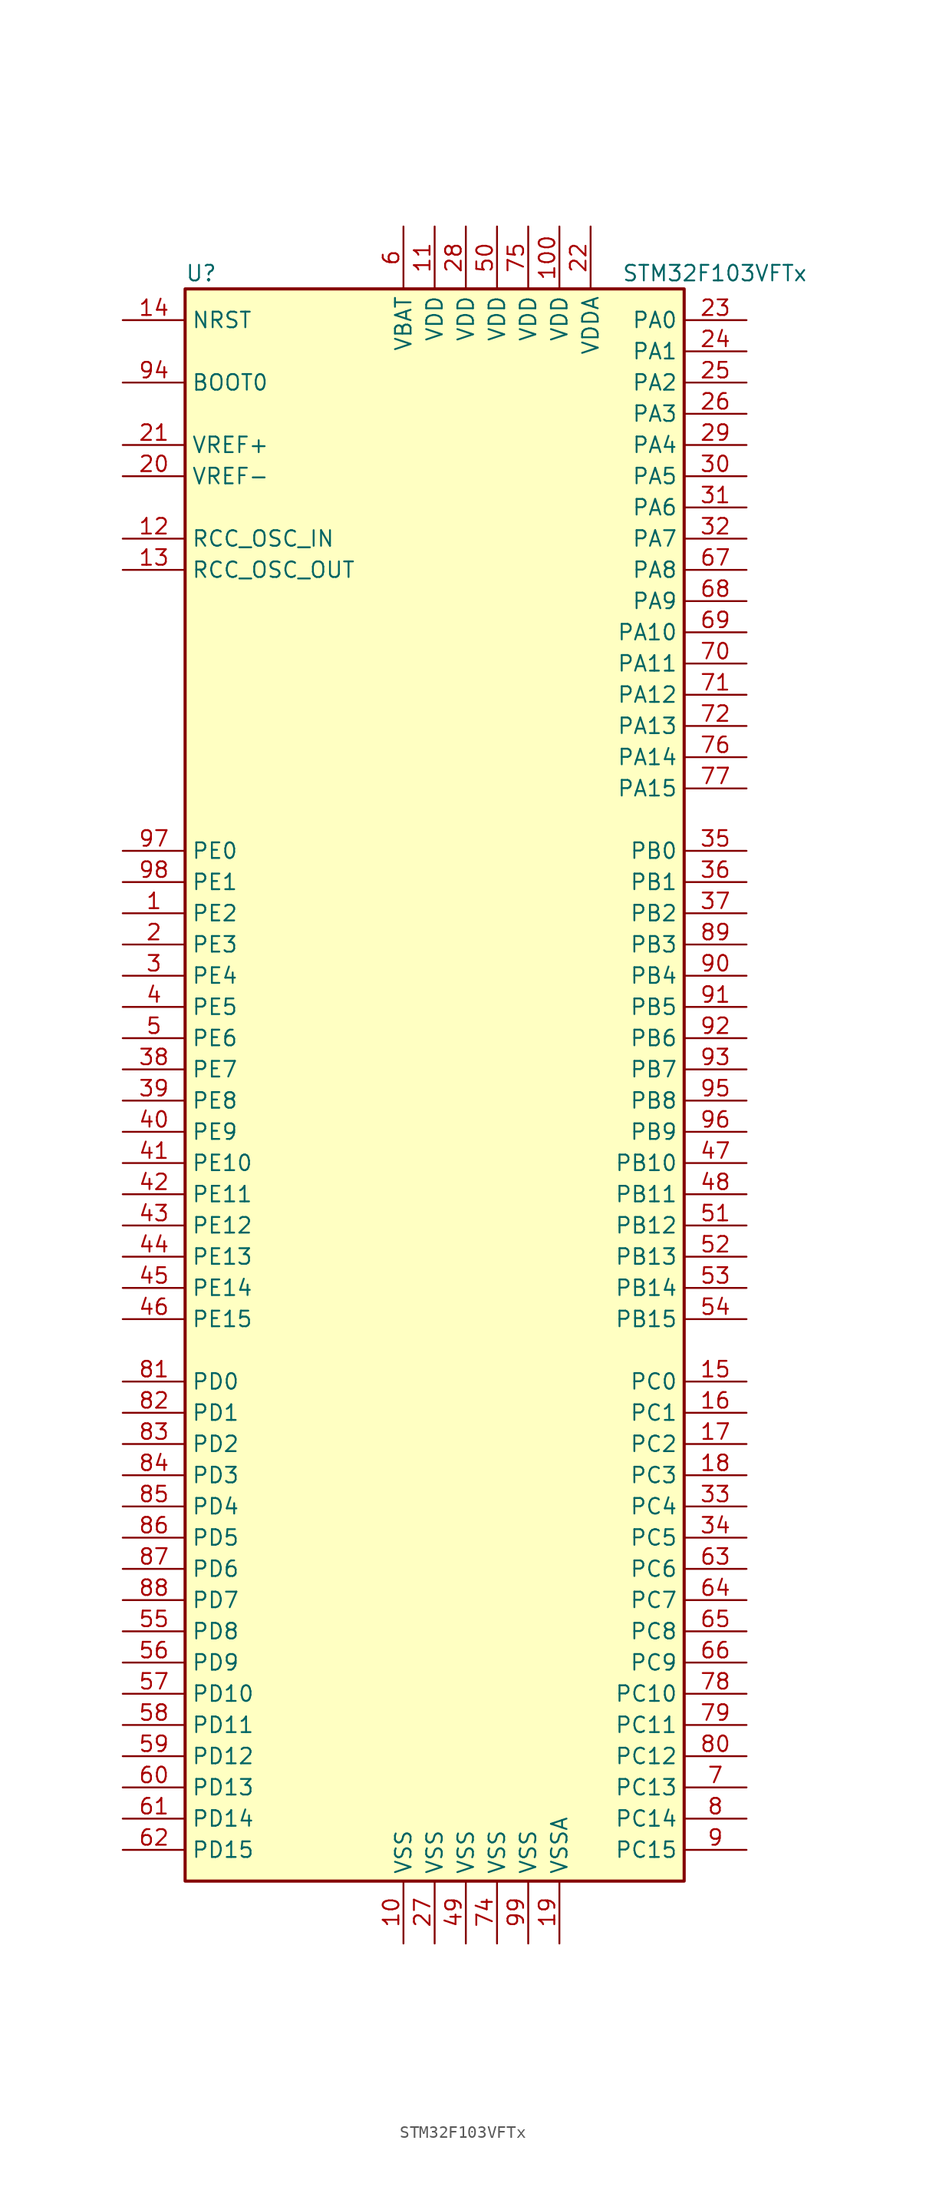
<source format=kicad_sym>
(kicad_symbol_lib
  (version 20211014)
  (generator kicad_symbol_editor)
  (symbol "STM32F103VFTx"
    (property "Reference" "U"
      (at -20.32 64.77 0)
      (effects (font (size 1.27 1.27)) (justify left)))
    (property "Value" "STM32F103VFTx"
      (at 15.24 64.77 0)
      (effects (font (size 1.27 1.27)) (justify left)))
    (symbol "STM32F103VFTx_0_1"
      (rectangle (start -20.32 -66.04) (end 20.32 63.5) (stroke (width 0.254) (type default) (color 0 0 0 0)) (fill (type background))))
    (symbol "STM32F103VFTx_1_1"
      (pin bidirectional line (at -25.4 12.7 0) (length 5.08) (name "PE2" (effects (font (size 1.27 1.27)))) (number "1" (effects (font (size 1.27 1.27)))))
      (pin power_in line (at -2.54 -71.12 90) (length 5.08) (name "VSS" (effects (font (size 1.27 1.27)))) (number "10" (effects (font (size 1.27 1.27)))))
      (pin power_in line (at 10.16 68.58 270) (length 5.08) (name "VDD" (effects (font (size 1.27 1.27)))) (number "100" (effects (font (size 1.27 1.27)))))
      (pin power_in line (at 0 68.58 270) (length 5.08) (name "VDD" (effects (font (size 1.27 1.27)))) (number "11" (effects (font (size 1.27 1.27)))))
      (pin input line (at -25.4 43.18 0) (length 5.08) (name "RCC_OSC_IN" (effects (font (size 1.27 1.27)))) (number "12" (effects (font (size 1.27 1.27)))))
      (pin input line (at -25.4 40.64 0) (length 5.08) (name "RCC_OSC_OUT" (effects (font (size 1.27 1.27)))) (number "13" (effects (font (size 1.27 1.27)))))
      (pin input line (at -25.4 60.96 0) (length 5.08) (name "NRST" (effects (font (size 1.27 1.27)))) (number "14" (effects (font (size 1.27 1.27)))))
      (pin bidirectional line (at 25.4 -25.4 180) (length 5.08) (name "PC0" (effects (font (size 1.27 1.27)))) (number "15" (effects (font (size 1.27 1.27)))))
      (pin bidirectional line (at 25.4 -27.94 180) (length 5.08) (name "PC1" (effects (font (size 1.27 1.27)))) (number "16" (effects (font (size 1.27 1.27)))))
      (pin bidirectional line (at 25.4 -30.48 180) (length 5.08) (name "PC2" (effects (font (size 1.27 1.27)))) (number "17" (effects (font (size 1.27 1.27)))))
      (pin bidirectional line (at 25.4 -33.02 180) (length 5.08) (name "PC3" (effects (font (size 1.27 1.27)))) (number "18" (effects (font (size 1.27 1.27)))))
      (pin power_in line (at 10.16 -71.12 90) (length 5.08) (name "VSSA" (effects (font (size 1.27 1.27)))) (number "19" (effects (font (size 1.27 1.27)))))
      (pin bidirectional line (at -25.4 10.16 0) (length 5.08) (name "PE3" (effects (font (size 1.27 1.27)))) (number "2" (effects (font (size 1.27 1.27)))))
      (pin power_in line (at -25.4 48.26 0) (length 5.08) (name "VREF-" (effects (font (size 1.27 1.27)))) (number "20" (effects (font (size 1.27 1.27)))))
      (pin power_in line (at -25.4 50.8 0) (length 5.08) (name "VREF+" (effects (font (size 1.27 1.27)))) (number "21" (effects (font (size 1.27 1.27)))))
      (pin power_in line (at 12.7 68.58 270) (length 5.08) (name "VDDA" (effects (font (size 1.27 1.27)))) (number "22" (effects (font (size 1.27 1.27)))))
      (pin bidirectional line (at 25.4 60.96 180) (length 5.08) (name "PA0" (effects (font (size 1.27 1.27)))) (number "23" (effects (font (size 1.27 1.27)))))
      (pin bidirectional line (at 25.4 58.42 180) (length 5.08) (name "PA1" (effects (font (size 1.27 1.27)))) (number "24" (effects (font (size 1.27 1.27)))))
      (pin bidirectional line (at 25.4 55.88 180) (length 5.08) (name "PA2" (effects (font (size 1.27 1.27)))) (number "25" (effects (font (size 1.27 1.27)))))
      (pin bidirectional line (at 25.4 53.34 180) (length 5.08) (name "PA3" (effects (font (size 1.27 1.27)))) (number "26" (effects (font (size 1.27 1.27)))))
      (pin power_in line (at 0 -71.12 90) (length 5.08) (name "VSS" (effects (font (size 1.27 1.27)))) (number "27" (effects (font (size 1.27 1.27)))))
      (pin power_in line (at 2.54 68.58 270) (length 5.08) (name "VDD" (effects (font (size 1.27 1.27)))) (number "28" (effects (font (size 1.27 1.27)))))
      (pin bidirectional line (at 25.4 50.8 180) (length 5.08) (name "PA4" (effects (font (size 1.27 1.27)))) (number "29" (effects (font (size 1.27 1.27)))))
      (pin bidirectional line (at -25.4 7.62 0) (length 5.08) (name "PE4" (effects (font (size 1.27 1.27)))) (number "3" (effects (font (size 1.27 1.27)))))
      (pin bidirectional line (at 25.4 48.26 180) (length 5.08) (name "PA5" (effects (font (size 1.27 1.27)))) (number "30" (effects (font (size 1.27 1.27)))))
      (pin bidirectional line (at 25.4 45.72 180) (length 5.08) (name "PA6" (effects (font (size 1.27 1.27)))) (number "31" (effects (font (size 1.27 1.27)))))
      (pin bidirectional line (at 25.4 43.18 180) (length 5.08) (name "PA7" (effects (font (size 1.27 1.27)))) (number "32" (effects (font (size 1.27 1.27)))))
      (pin bidirectional line (at 25.4 -35.56 180) (length 5.08) (name "PC4" (effects (font (size 1.27 1.27)))) (number "33" (effects (font (size 1.27 1.27)))))
      (pin bidirectional line (at 25.4 -38.1 180) (length 5.08) (name "PC5" (effects (font (size 1.27 1.27)))) (number "34" (effects (font (size 1.27 1.27)))))
      (pin bidirectional line (at 25.4 17.78 180) (length 5.08) (name "PB0" (effects (font (size 1.27 1.27)))) (number "35" (effects (font (size 1.27 1.27)))))
      (pin bidirectional line (at 25.4 15.24 180) (length 5.08) (name "PB1" (effects (font (size 1.27 1.27)))) (number "36" (effects (font (size 1.27 1.27)))))
      (pin bidirectional line (at 25.4 12.7 180) (length 5.08) (name "PB2" (effects (font (size 1.27 1.27)))) (number "37" (effects (font (size 1.27 1.27)))))
      (pin bidirectional line (at -25.4 0 0) (length 5.08) (name "PE7" (effects (font (size 1.27 1.27)))) (number "38" (effects (font (size 1.27 1.27)))))
      (pin bidirectional line (at -25.4 -2.54 0) (length 5.08) (name "PE8" (effects (font (size 1.27 1.27)))) (number "39" (effects (font (size 1.27 1.27)))))
      (pin bidirectional line (at -25.4 5.08 0) (length 5.08) (name "PE5" (effects (font (size 1.27 1.27)))) (number "4" (effects (font (size 1.27 1.27)))))
      (pin bidirectional line (at -25.4 -5.08 0) (length 5.08) (name "PE9" (effects (font (size 1.27 1.27)))) (number "40" (effects (font (size 1.27 1.27)))))
      (pin bidirectional line (at -25.4 -7.62 0) (length 5.08) (name "PE10" (effects (font (size 1.27 1.27)))) (number "41" (effects (font (size 1.27 1.27)))))
      (pin bidirectional line (at -25.4 -10.16 0) (length 5.08) (name "PE11" (effects (font (size 1.27 1.27)))) (number "42" (effects (font (size 1.27 1.27)))))
      (pin bidirectional line (at -25.4 -12.7 0) (length 5.08) (name "PE12" (effects (font (size 1.27 1.27)))) (number "43" (effects (font (size 1.27 1.27)))))
      (pin bidirectional line (at -25.4 -15.24 0) (length 5.08) (name "PE13" (effects (font (size 1.27 1.27)))) (number "44" (effects (font (size 1.27 1.27)))))
      (pin bidirectional line (at -25.4 -17.78 0) (length 5.08) (name "PE14" (effects (font (size 1.27 1.27)))) (number "45" (effects (font (size 1.27 1.27)))))
      (pin bidirectional line (at -25.4 -20.32 0) (length 5.08) (name "PE15" (effects (font (size 1.27 1.27)))) (number "46" (effects (font (size 1.27 1.27)))))
      (pin bidirectional line (at 25.4 -7.62 180) (length 5.08) (name "PB10" (effects (font (size 1.27 1.27)))) (number "47" (effects (font (size 1.27 1.27)))))
      (pin bidirectional line (at 25.4 -10.16 180) (length 5.08) (name "PB11" (effects (font (size 1.27 1.27)))) (number "48" (effects (font (size 1.27 1.27)))))
      (pin power_in line (at 2.54 -71.12 90) (length 5.08) (name "VSS" (effects (font (size 1.27 1.27)))) (number "49" (effects (font (size 1.27 1.27)))))
      (pin bidirectional line (at -25.4 2.54 0) (length 5.08) (name "PE6" (effects (font (size 1.27 1.27)))) (number "5" (effects (font (size 1.27 1.27)))))
      (pin power_in line (at 5.08 68.58 270) (length 5.08) (name "VDD" (effects (font (size 1.27 1.27)))) (number "50" (effects (font (size 1.27 1.27)))))
      (pin bidirectional line (at 25.4 -12.7 180) (length 5.08) (name "PB12" (effects (font (size 1.27 1.27)))) (number "51" (effects (font (size 1.27 1.27)))))
      (pin bidirectional line (at 25.4 -15.24 180) (length 5.08) (name "PB13" (effects (font (size 1.27 1.27)))) (number "52" (effects (font (size 1.27 1.27)))))
      (pin bidirectional line (at 25.4 -17.78 180) (length 5.08) (name "PB14" (effects (font (size 1.27 1.27)))) (number "53" (effects (font (size 1.27 1.27)))))
      (pin bidirectional line (at 25.4 -20.32 180) (length 5.08) (name "PB15" (effects (font (size 1.27 1.27)))) (number "54" (effects (font (size 1.27 1.27)))))
      (pin bidirectional line (at -25.4 -45.72 0) (length 5.08) (name "PD8" (effects (font (size 1.27 1.27)))) (number "55" (effects (font (size 1.27 1.27)))))
      (pin bidirectional line (at -25.4 -48.26 0) (length 5.08) (name "PD9" (effects (font (size 1.27 1.27)))) (number "56" (effects (font (size 1.27 1.27)))))
      (pin bidirectional line (at -25.4 -50.8 0) (length 5.08) (name "PD10" (effects (font (size 1.27 1.27)))) (number "57" (effects (font (size 1.27 1.27)))))
      (pin bidirectional line (at -25.4 -53.34 0) (length 5.08) (name "PD11" (effects (font (size 1.27 1.27)))) (number "58" (effects (font (size 1.27 1.27)))))
      (pin bidirectional line (at -25.4 -55.88 0) (length 5.08) (name "PD12" (effects (font (size 1.27 1.27)))) (number "59" (effects (font (size 1.27 1.27)))))
      (pin power_in line (at -2.54 68.58 270) (length 5.08) (name "VBAT" (effects (font (size 1.27 1.27)))) (number "6" (effects (font (size 1.27 1.27)))))
      (pin bidirectional line (at -25.4 -58.42 0) (length 5.08) (name "PD13" (effects (font (size 1.27 1.27)))) (number "60" (effects (font (size 1.27 1.27)))))
      (pin bidirectional line (at -25.4 -60.96 0) (length 5.08) (name "PD14" (effects (font (size 1.27 1.27)))) (number "61" (effects (font (size 1.27 1.27)))))
      (pin bidirectional line (at -25.4 -63.5 0) (length 5.08) (name "PD15" (effects (font (size 1.27 1.27)))) (number "62" (effects (font (size 1.27 1.27)))))
      (pin bidirectional line (at 25.4 -40.64 180) (length 5.08) (name "PC6" (effects (font (size 1.27 1.27)))) (number "63" (effects (font (size 1.27 1.27)))))
      (pin bidirectional line (at 25.4 -43.18 180) (length 5.08) (name "PC7" (effects (font (size 1.27 1.27)))) (number "64" (effects (font (size 1.27 1.27)))))
      (pin bidirectional line (at 25.4 -45.72 180) (length 5.08) (name "PC8" (effects (font (size 1.27 1.27)))) (number "65" (effects (font (size 1.27 1.27)))))
      (pin bidirectional line (at 25.4 -48.26 180) (length 5.08) (name "PC9" (effects (font (size 1.27 1.27)))) (number "66" (effects (font (size 1.27 1.27)))))
      (pin bidirectional line (at 25.4 40.64 180) (length 5.08) (name "PA8" (effects (font (size 1.27 1.27)))) (number "67" (effects (font (size 1.27 1.27)))))
      (pin bidirectional line (at 25.4 38.1 180) (length 5.08) (name "PA9" (effects (font (size 1.27 1.27)))) (number "68" (effects (font (size 1.27 1.27)))))
      (pin bidirectional line (at 25.4 35.56 180) (length 5.08) (name "PA10" (effects (font (size 1.27 1.27)))) (number "69" (effects (font (size 1.27 1.27)))))
      (pin bidirectional line (at 25.4 -58.42 180) (length 5.08) (name "PC13" (effects (font (size 1.27 1.27)))) (number "7" (effects (font (size 1.27 1.27)))))
      (pin bidirectional line (at 25.4 33.02 180) (length 5.08) (name "PA11" (effects (font (size 1.27 1.27)))) (number "70" (effects (font (size 1.27 1.27)))))
      (pin bidirectional line (at 25.4 30.48 180) (length 5.08) (name "PA12" (effects (font (size 1.27 1.27)))) (number "71" (effects (font (size 1.27 1.27)))))
      (pin bidirectional line (at 25.4 27.94 180) (length 5.08) (name "PA13" (effects (font (size 1.27 1.27)))) (number "72" (effects (font (size 1.27 1.27)))))
      (pin no_connect line (at -20.32 -63.5 0) (length 5.08) hide (name "NC" (effects (font (size 1.27 1.27)))) (number "73" (effects (font (size 1.27 1.27)))))
      (pin power_in line (at 5.08 -71.12 90) (length 5.08) (name "VSS" (effects (font (size 1.27 1.27)))) (number "74" (effects (font (size 1.27 1.27)))))
      (pin power_in line (at 7.62 68.58 270) (length 5.08) (name "VDD" (effects (font (size 1.27 1.27)))) (number "75" (effects (font (size 1.27 1.27)))))
      (pin bidirectional line (at 25.4 25.4 180) (length 5.08) (name "PA14" (effects (font (size 1.27 1.27)))) (number "76" (effects (font (size 1.27 1.27)))))
      (pin bidirectional line (at 25.4 22.86 180) (length 5.08) (name "PA15" (effects (font (size 1.27 1.27)))) (number "77" (effects (font (size 1.27 1.27)))))
      (pin bidirectional line (at 25.4 -50.8 180) (length 5.08) (name "PC10" (effects (font (size 1.27 1.27)))) (number "78" (effects (font (size 1.27 1.27)))))
      (pin bidirectional line (at 25.4 -53.34 180) (length 5.08) (name "PC11" (effects (font (size 1.27 1.27)))) (number "79" (effects (font (size 1.27 1.27)))))
      (pin bidirectional line (at 25.4 -60.96 180) (length 5.08) (name "PC14" (effects (font (size 1.27 1.27)))) (number "8" (effects (font (size 1.27 1.27)))))
      (pin bidirectional line (at 25.4 -55.88 180) (length 5.08) (name "PC12" (effects (font (size 1.27 1.27)))) (number "80" (effects (font (size 1.27 1.27)))))
      (pin bidirectional line (at -25.4 -25.4 0) (length 5.08) (name "PD0" (effects (font (size 1.27 1.27)))) (number "81" (effects (font (size 1.27 1.27)))))
      (pin bidirectional line (at -25.4 -27.94 0) (length 5.08) (name "PD1" (effects (font (size 1.27 1.27)))) (number "82" (effects (font (size 1.27 1.27)))))
      (pin bidirectional line (at -25.4 -30.48 0) (length 5.08) (name "PD2" (effects (font (size 1.27 1.27)))) (number "83" (effects (font (size 1.27 1.27)))))
      (pin bidirectional line (at -25.4 -33.02 0) (length 5.08) (name "PD3" (effects (font (size 1.27 1.27)))) (number "84" (effects (font (size 1.27 1.27)))))
      (pin bidirectional line (at -25.4 -35.56 0) (length 5.08) (name "PD4" (effects (font (size 1.27 1.27)))) (number "85" (effects (font (size 1.27 1.27)))))
      (pin bidirectional line (at -25.4 -38.1 0) (length 5.08) (name "PD5" (effects (font (size 1.27 1.27)))) (number "86" (effects (font (size 1.27 1.27)))))
      (pin bidirectional line (at -25.4 -40.64 0) (length 5.08) (name "PD6" (effects (font (size 1.27 1.27)))) (number "87" (effects (font (size 1.27 1.27)))))
      (pin bidirectional line (at -25.4 -43.18 0) (length 5.08) (name "PD7" (effects (font (size 1.27 1.27)))) (number "88" (effects (font (size 1.27 1.27)))))
      (pin bidirectional line (at 25.4 10.16 180) (length 5.08) (name "PB3" (effects (font (size 1.27 1.27)))) (number "89" (effects (font (size 1.27 1.27)))))
      (pin bidirectional line (at 25.4 -63.5 180) (length 5.08) (name "PC15" (effects (font (size 1.27 1.27)))) (number "9" (effects (font (size 1.27 1.27)))))
      (pin bidirectional line (at 25.4 7.62 180) (length 5.08) (name "PB4" (effects (font (size 1.27 1.27)))) (number "90" (effects (font (size 1.27 1.27)))))
      (pin bidirectional line (at 25.4 5.08 180) (length 5.08) (name "PB5" (effects (font (size 1.27 1.27)))) (number "91" (effects (font (size 1.27 1.27)))))
      (pin bidirectional line (at 25.4 2.54 180) (length 5.08) (name "PB6" (effects (font (size 1.27 1.27)))) (number "92" (effects (font (size 1.27 1.27)))))
      (pin bidirectional line (at 25.4 0 180) (length 5.08) (name "PB7" (effects (font (size 1.27 1.27)))) (number "93" (effects (font (size 1.27 1.27)))))
      (pin input line (at -25.4 55.88 0) (length 5.08) (name "BOOT0" (effects (font (size 1.27 1.27)))) (number "94" (effects (font (size 1.27 1.27)))))
      (pin bidirectional line (at 25.4 -2.54 180) (length 5.08) (name "PB8" (effects (font (size 1.27 1.27)))) (number "95" (effects (font (size 1.27 1.27)))))
      (pin bidirectional line (at 25.4 -5.08 180) (length 5.08) (name "PB9" (effects (font (size 1.27 1.27)))) (number "96" (effects (font (size 1.27 1.27)))))
      (pin bidirectional line (at -25.4 17.78 0) (length 5.08) (name "PE0" (effects (font (size 1.27 1.27)))) (number "97" (effects (font (size 1.27 1.27)))))
      (pin bidirectional line (at -25.4 15.24 0) (length 5.08) (name "PE1" (effects (font (size 1.27 1.27)))) (number "98" (effects (font (size 1.27 1.27)))))
      (pin power_in line (at 7.62 -71.12 90) (length 5.08) (name "VSS" (effects (font (size 1.27 1.27)))) (number "99" (effects (font (size 1.27 1.27))))))))
</source>
